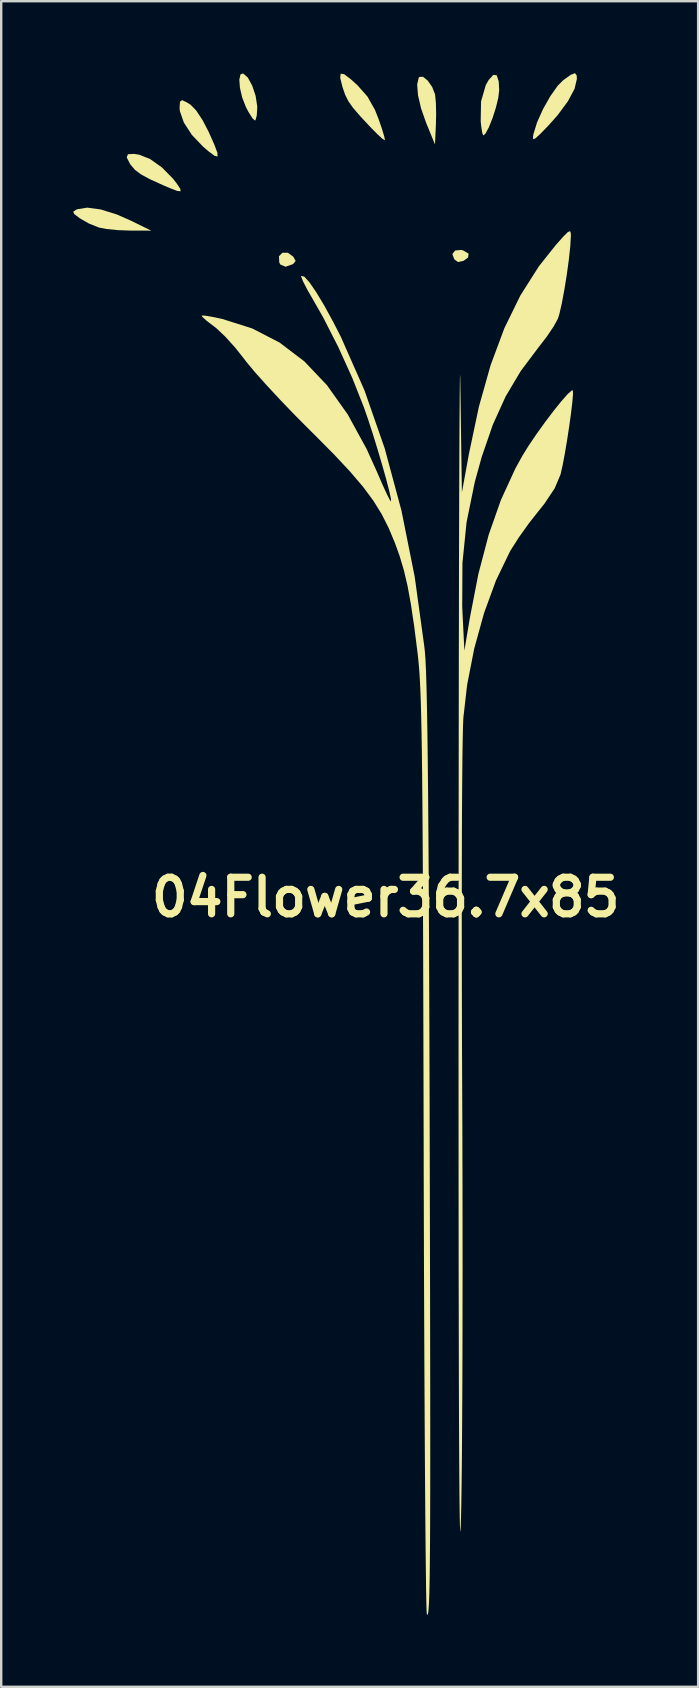
<source format=kicad_pcb>
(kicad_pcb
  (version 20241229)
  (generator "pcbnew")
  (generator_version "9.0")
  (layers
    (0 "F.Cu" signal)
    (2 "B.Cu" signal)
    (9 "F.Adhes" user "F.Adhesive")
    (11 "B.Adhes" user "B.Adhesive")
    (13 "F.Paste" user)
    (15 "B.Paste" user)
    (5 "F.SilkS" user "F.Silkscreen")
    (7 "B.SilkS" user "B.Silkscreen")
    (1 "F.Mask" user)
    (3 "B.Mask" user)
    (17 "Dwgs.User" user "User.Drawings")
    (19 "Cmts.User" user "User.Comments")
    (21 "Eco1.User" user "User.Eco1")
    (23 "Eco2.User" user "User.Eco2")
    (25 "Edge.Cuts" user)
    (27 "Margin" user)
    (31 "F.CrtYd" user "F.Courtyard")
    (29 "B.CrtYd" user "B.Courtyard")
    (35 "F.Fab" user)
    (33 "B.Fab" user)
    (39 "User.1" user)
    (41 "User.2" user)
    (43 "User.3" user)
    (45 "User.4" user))
  (footprint "04Flower36.7x85"
    (layer "F.Cu")
    (at 13.026 34.347)
    (property "Reference" "04Flower36.7x85" (at 0 0 0) (layer "F.SilkS") (effects (font (size 1.524 1.524) (thickness 0.3))))
    (attr board_only exclude_from_pos_files exclude_from_bom)
    (fp_poly (pts (xy 3.225 -26.96) (xy 3.453 -26.828) (xy 3.435 -26.665) (xy 3.25 -26.528) (xy 3.011 -26.475) (xy 2.857 -26.591) (xy 2.778 -26.808) (xy 2.893 -26.956) (xy 3.147 -26.98)) (stroke (width 0) (type solid)) (fill yes) (layer "F.SilkS"))
    (fp_poly (pts (xy -4.077 -26.862) (xy -3.852 -26.698) (xy -3.754 -26.521) (xy -3.855 -26.397) (xy -3.868 -26.388) (xy -4.173 -26.279) (xy -4.389 -26.37) (xy -4.435 -26.452) (xy -4.45 -26.716) (xy -4.306 -26.863)) (stroke (width 0) (type solid)) (fill yes) (layer "F.SilkS"))
    (fp_poly (pts (xy -11.88 -28.668) (xy -11.207 -28.458) (xy -10.633 -28.206) (xy -9.774 -27.784) (xy -10.646 -27.786) (xy -11.161 -27.805) (xy -11.64 -27.853) (xy -11.948 -27.912) (xy -12.367 -28.079) (xy -12.747 -28.297) (xy -12.981 -28.474) (xy -13.026 -28.572) (xy -12.902 -28.654) (xy -12.853 -28.676) (xy -12.443 -28.743)) (stroke (width 0) (type solid)) (fill yes) (layer "F.SilkS"))
    (fp_poly (pts (xy 1.75 -34.039) (xy 1.934 -33.777) (xy 2.053 -33.474) (xy 2.059 -33.445) (xy 2.091 -33.116) (xy 2.102 -32.648) (xy 2.093 -32.217) (xy 2.054 -31.377) (xy 1.684 -32.279) (xy 1.473 -32.881) (xy 1.346 -33.429) (xy 1.311 -33.872) (xy 1.375 -34.156) (xy 1.403 -34.19) (xy 1.554 -34.198)) (stroke (width 0) (type solid)) (fill yes) (layer "F.SilkS"))
    (fp_poly (pts (xy -5.749 -34.166) (xy -5.564 -33.827) (xy -5.421 -33.4) (xy -5.355 -32.963) (xy -5.354 -32.902) (xy -5.375 -32.578) (xy -5.427 -32.391) (xy -5.454 -32.373) (xy -5.56 -32.475) (xy -5.723 -32.736) (xy -5.827 -32.936) (xy -5.983 -33.337) (xy -6.076 -33.738) (xy -6.101 -34.076) (xy -6.054 -34.294) (xy -5.945 -34.337)) (stroke (width 0) (type solid)) (fill yes) (layer "F.SilkS"))
    (fp_poly (pts (xy 4.628 -34.259) (xy 4.71 -34.004) (xy 4.73 -33.641) (xy 4.691 -33.315) (xy 4.59 -32.903) (xy 4.452 -32.473) (xy 4.3 -32.093) (xy 4.159 -31.83) (xy 4.065 -31.75) (xy 4.023 -31.862) (xy 3.979 -32.145) (xy 3.959 -32.341) (xy 3.974 -33.172) (xy 4.172 -33.854) (xy 4.289 -34.06) (xy 4.486 -34.279)) (stroke (width 0) (type solid)) (fill yes) (layer "F.SilkS"))
    (fp_poly (pts (xy -8.282 -33.126) (xy -8.13 -33.029) (xy -7.901 -32.795) (xy -7.634 -32.391) (xy -7.387 -31.917) (xy -7.141 -31.366) (xy -7.013 -31.023) (xy -7.01 -30.874) (xy -7.136 -30.904) (xy -7.397 -31.1) (xy -7.615 -31.288) (xy -8.079 -31.774) (xy -8.413 -32.288) (xy -8.579 -32.765) (xy -8.591 -32.902) (xy -8.575 -33.154) (xy -8.49 -33.224)) (stroke (width 0) (type solid)) (fill yes) (layer "F.SilkS"))
    (fp_poly (pts (xy -10.275 -30.949) (xy -9.818 -30.768) (xy -9.324 -30.416) (xy -8.861 -29.945) (xy -8.705 -29.743) (xy -8.562 -29.526) (xy -8.547 -29.425) (xy -8.685 -29.438) (xy -9.007 -29.561) (xy -9.276 -29.677) (xy -9.829 -29.928) (xy -10.202 -30.13) (xy -10.451 -30.318) (xy -10.631 -30.528) (xy -10.662 -30.575) (xy -10.796 -30.84) (xy -10.742 -30.97) (xy -10.483 -30.982)) (stroke (width 0) (type solid)) (fill yes) (layer "F.SilkS"))
    (fp_poly (pts (xy 7.959 -34.257) (xy 7.969 -34.111) (xy 7.871 -33.695) (xy 7.594 -33.176) (xy 7.163 -32.592) (xy 6.778 -32.161) (xy 6.438 -31.812) (xy 6.237 -31.628) (xy 6.147 -31.591) (xy 6.137 -31.686) (xy 6.159 -31.812) (xy 6.309 -32.299) (xy 6.557 -32.85) (xy 6.858 -33.384) (xy 7.169 -33.823) (xy 7.396 -34.053) (xy 7.715 -34.28) (xy 7.889 -34.347)) (stroke (width 0) (type solid)) (fill yes) (layer "F.SilkS"))
    (fp_poly (pts (xy -1.732 -34.305) (xy -1.451 -34.092) (xy -1.17 -33.836) (xy -0.759 -33.37) (xy -0.451 -32.823) (xy -0.302 -32.449) (xy -0.157 -32.028) (xy -0.061 -31.71) (xy -0.032 -31.554) (xy -0.035 -31.549) (xy -0.134 -31.61) (xy -0.354 -31.811) (xy -0.634 -32.095) (xy -1.068 -32.561) (xy -1.364 -32.905) (xy -1.558 -33.182) (xy -1.69 -33.446) (xy -1.796 -33.751) (xy -1.808 -33.793) (xy -1.897 -34.156) (xy -1.876 -34.326)) (stroke (width 0) (type solid)) (fill yes) (layer "F.SilkS"))
    (fp_poly (pts (xy 7.715 -27.669) (xy 7.717 -27.555) (xy 7.693 -27.132) (xy 7.632 -26.571) (xy 7.546 -25.94) (xy 7.444 -25.306) (xy 7.337 -24.737) (xy 7.236 -24.301) (xy 7.176 -24.113) (xy 7.001 -23.792) (xy 6.72 -23.375) (xy 6.391 -22.948) (xy 6.377 -22.93) (xy 5.628 -21.933) (xy 4.997 -20.87) (xy 4.463 -19.692) (xy 4.001 -18.351) (xy 3.713 -17.308) (xy 3.37 -15.629) (xy 3.198 -13.93) (xy 3.189 -12.128) (xy 3.202 -11.83) (xy 3.279 -10.276) (xy 3.507 -11.643) (xy 3.864 -13.48) (xy 4.292 -15.108) (xy 4.802 -16.56) (xy 5.403 -17.868) (xy 5.693 -18.395) (xy 5.96 -18.826) (xy 6.287 -19.308) (xy 6.643 -19.804) (xy 6.998 -20.273) (xy 7.322 -20.675) (xy 7.584 -20.972) (xy 7.754 -21.123) (xy 7.797 -21.13) (xy 7.807 -20.986) (xy 7.78 -20.651) (xy 7.724 -20.178) (xy 7.647 -19.621) (xy 7.557 -19.033) (xy 7.462 -18.469) (xy 7.369 -17.983) (xy 7.287 -17.627) (xy 7.28 -17.604) (xy 7.04 -17.039) (xy 6.61 -16.395) (xy 6.361 -16.085) (xy 5.956 -15.57) (xy 5.552 -15.002) (xy 5.224 -14.488) (xy 5.172 -14.398) (xy 4.598 -13.208) (xy 4.098 -11.843) (xy 3.691 -10.371) (xy 3.395 -8.861) (xy 3.237 -7.488) (xy 3.222 -7.143) (xy 3.209 -6.567) (xy 3.197 -5.776) (xy 3.188 -4.789) (xy 3.18 -3.623) (xy 3.175 -2.294) (xy 3.172 -0.822) (xy 3.17 0.778) (xy 3.172 2.487) (xy 3.175 4.289) (xy 3.18 6.165) (xy 3.187 7.844) (xy 3.195 9.777) (xy 3.2 11.71) (xy 3.203 13.62) (xy 3.204 15.483) (xy 3.202 17.277) (xy 3.199 18.979) (xy 3.193 20.565) (xy 3.185 22.012) (xy 3.176 23.298) (xy 3.164 24.399) (xy 3.151 25.293) (xy 3.139 25.836) (xy 3.126 26.244) (xy 3.114 26.434) (xy 3.103 26.403) (xy 3.092 26.151) (xy 3.083 25.674) (xy 3.074 24.971) (xy 3.067 24.04) (xy 3.06 22.879) (xy 3.054 21.486) (xy 3.049 19.859) (xy 3.045 17.997) (xy 3.041 15.896) (xy 3.039 13.557) (xy 3.037 10.976) (xy 3.036 8.151) (xy 3.036 5.081) (xy 3.037 2.054) (xy 3.038 -0.504) (xy 3.04 -2.96) (xy 3.042 -5.307) (xy 3.044 -7.535) (xy 3.047 -9.635) (xy 3.051 -11.599) (xy 3.054 -13.417) (xy 3.058 -15.081) (xy 3.063 -16.582) (xy 3.067 -17.911) (xy 3.072 -19.059) (xy 3.078 -20.018) (xy 3.083 -20.779) (xy 3.089 -21.332) (xy 3.094 -21.669) (xy 3.1 -21.782) (xy 3.106 -21.661) (xy 3.11 -21.416) (xy 3.175 -16.871) (xy 3.471 -18.49) (xy 3.883 -20.442) (xy 4.372 -22.177) (xy 4.945 -23.717) (xy 5.613 -25.083) (xy 6.385 -26.299) (xy 7.087 -27.182) (xy 7.404 -27.538) (xy 7.592 -27.725) (xy 7.685 -27.763)) (stroke (width 0) (type solid)) (fill yes) (layer "F.SilkS"))
    (fp_poly (pts (xy -3.396 -25.868) (xy -3.182 -25.634) (xy -2.897 -25.22) (xy -2.554 -24.65) (xy -2.171 -23.947) (xy -1.864 -23.346) (xy -0.884 -21.124) (xy -0.042 -18.709) (xy 0.657 -16.114) (xy 1.209 -13.355) (xy 1.61 -10.446) (xy 1.635 -10.21) (xy 1.658 -9.899) (xy 1.68 -9.424) (xy 1.7 -8.778) (xy 1.719 -7.955) (xy 1.736 -6.948) (xy 1.752 -5.749) (xy 1.766 -4.351) (xy 1.779 -2.747) (xy 1.792 -0.931) (xy 1.802 1.104) (xy 1.812 3.366) (xy 1.821 5.862) (xy 1.83 8.598) (xy 1.831 9.214) (xy 1.838 11.912) (xy 1.844 14.372) (xy 1.849 16.603) (xy 1.852 18.618) (xy 1.855 20.425) (xy 1.856 22.036) (xy 1.856 23.462) (xy 1.855 24.712) (xy 1.852 25.797) (xy 1.848 26.728) (xy 1.842 27.516) (xy 1.835 28.17) (xy 1.826 28.702) (xy 1.815 29.121) (xy 1.802 29.439) (xy 1.788 29.666) (xy 1.772 29.813) (xy 1.754 29.89) (xy 1.734 29.907) (xy 1.715 29.882) (xy 1.704 29.739) (xy 1.693 29.36) (xy 1.682 28.759) (xy 1.672 27.95) (xy 1.661 26.947) (xy 1.65 25.763) (xy 1.64 24.412) (xy 1.63 22.907) (xy 1.621 21.263) (xy 1.612 19.492) (xy 1.604 17.609) (xy 1.596 15.627) (xy 1.59 13.56) (xy 1.584 11.422) (xy 1.583 10.646) (xy 1.577 8.065) (xy 1.571 5.721) (xy 1.565 3.601) (xy 1.559 1.691) (xy 1.552 -0.019) (xy 1.545 -1.544) (xy 1.537 -2.896) (xy 1.528 -4.087) (xy 1.518 -5.13) (xy 1.507 -6.038) (xy 1.494 -6.823) (xy 1.48 -7.498) (xy 1.465 -8.075) (xy 1.447 -8.568) (xy 1.427 -8.989) (xy 1.406 -9.35) (xy 1.381 -9.664) (xy 1.355 -9.944) (xy 1.328 -10.183) (xy 1.186 -11.302) (xy 1.049 -12.219) (xy 0.909 -12.982) (xy 0.755 -13.637) (xy 0.578 -14.23) (xy 0.386 -14.763) (xy 0.122 -15.394) (xy -0.17 -15.971) (xy -0.516 -16.53) (xy -0.943 -17.105) (xy -1.476 -17.731) (xy -2.141 -18.442) (xy -2.966 -19.275) (xy -3.117 -19.424) (xy -3.761 -20.07) (xy -4.389 -20.723) (xy -4.964 -21.342) (xy -5.449 -21.884) (xy -5.805 -22.311) (xy -5.898 -22.434) (xy -6.278 -22.914) (xy -6.686 -23.365) (xy -7.051 -23.71) (xy -7.157 -23.793) (xy -7.456 -24.021) (xy -7.64 -24.187) (xy -7.672 -24.244) (xy -7.536 -24.242) (xy -7.226 -24.191) (xy -6.816 -24.104) (xy -5.567 -23.709) (xy -4.428 -23.122) (xy -3.391 -22.335) (xy -2.446 -21.34) (xy -1.584 -20.125) (xy -0.795 -18.684) (xy -0.355 -17.71) (xy -0.138 -17.207) (xy 0.045 -16.808) (xy 0.173 -16.556) (xy 0.222 -16.492) (xy 0.214 -16.63) (xy 0.141 -16.96) (xy 0.017 -17.436) (xy -0.146 -18.014) (xy -0.333 -18.647) (xy -0.531 -19.291) (xy -0.729 -19.901) (xy -0.913 -20.431) (xy -1.402 -21.666) (xy -1.984 -22.948) (xy -2.607 -24.168) (xy -3.025 -24.902) (xy -3.269 -25.326) (xy -3.444 -25.665) (xy -3.524 -25.866) (xy -3.523 -25.898)) (stroke (width 0) (type solid)) (fill yes) (layer "F.SilkS")))
  (gr_rect
    (start -3 -3)
    (end 26.048 67.254)
    (stroke (width 0.1) (type default))
    (fill no)
    (layer "Edge.Cuts")))
</source>
